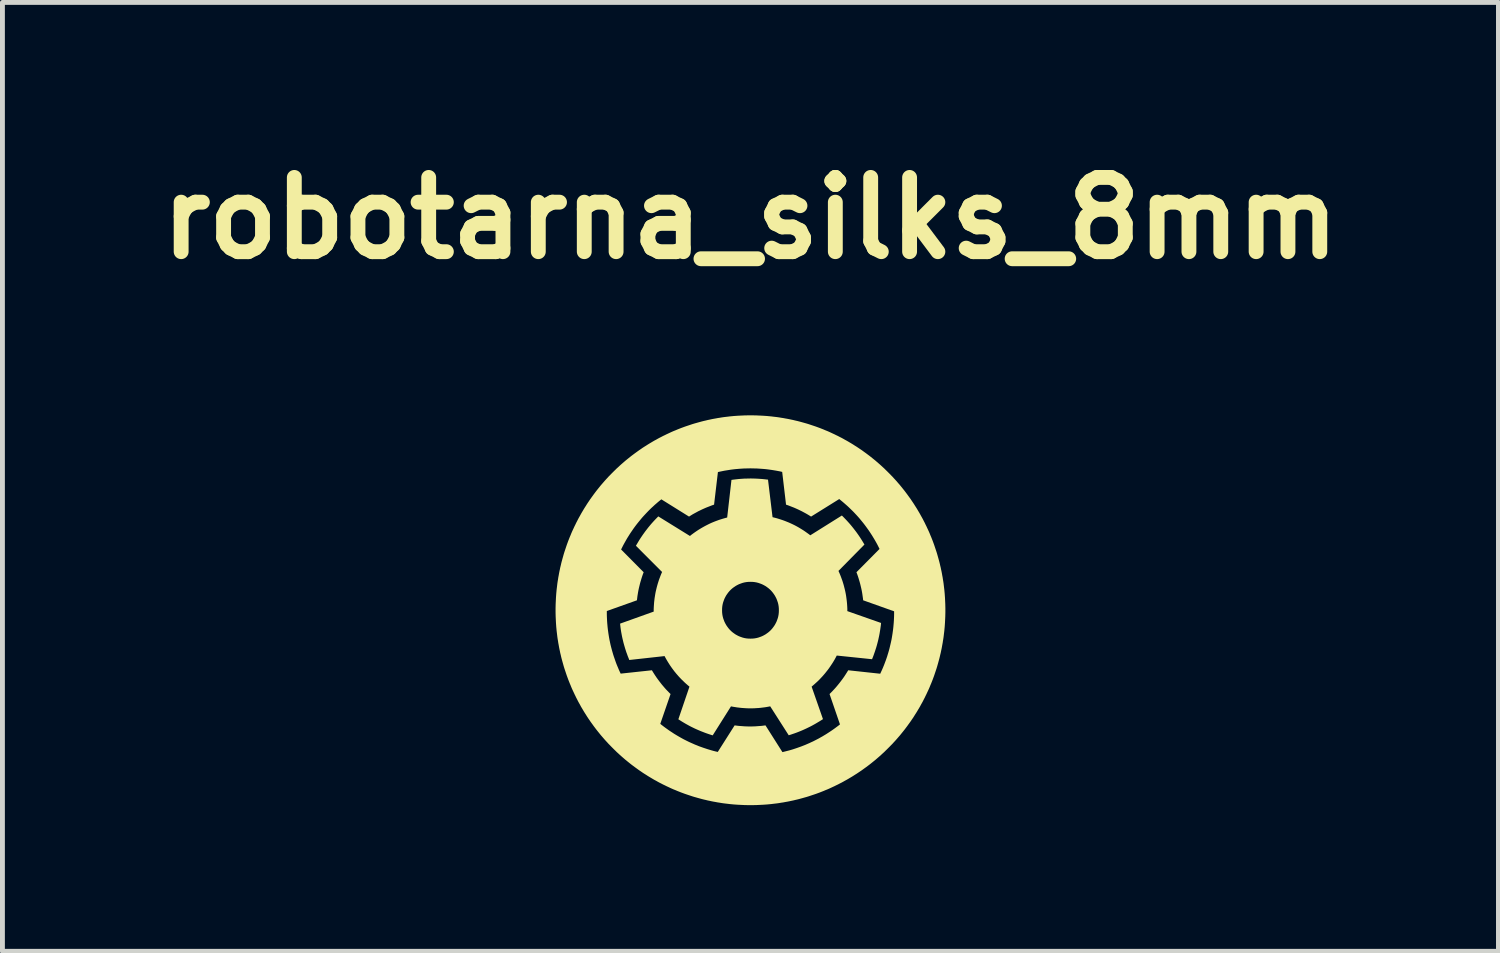
<source format=kicad_pcb>
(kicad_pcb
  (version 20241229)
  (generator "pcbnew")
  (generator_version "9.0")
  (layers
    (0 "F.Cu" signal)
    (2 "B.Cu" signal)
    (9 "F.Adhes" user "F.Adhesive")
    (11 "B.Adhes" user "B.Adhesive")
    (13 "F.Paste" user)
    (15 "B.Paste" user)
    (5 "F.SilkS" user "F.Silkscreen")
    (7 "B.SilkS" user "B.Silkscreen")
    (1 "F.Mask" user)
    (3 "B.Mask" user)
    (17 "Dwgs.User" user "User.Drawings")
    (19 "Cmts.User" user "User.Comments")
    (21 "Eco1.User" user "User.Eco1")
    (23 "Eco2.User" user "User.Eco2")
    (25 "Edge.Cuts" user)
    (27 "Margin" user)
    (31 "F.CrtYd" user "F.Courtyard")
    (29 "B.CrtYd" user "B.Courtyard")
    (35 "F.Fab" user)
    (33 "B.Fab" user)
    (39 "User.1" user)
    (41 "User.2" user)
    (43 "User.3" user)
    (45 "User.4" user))
  (footprint "robotarna_silks_8mm"
    (layer "F.Cu")
    (at 12.352 9.474)
    (property "Reference" "robotarna_silks_8mm" (at 0 -8.048 0) (layer "F.SilkS") (effects (font (size 1.524 1.524) (thickness 0.305))))
    (attr smd)
    (fp_poly (pts (xy -0.000007 0.583) (xy -2.645 0.491) (xy -2.637 0.533) (xy -2.628 0.575) (xy -2.618 0.617) (xy -2.608 0.659) (xy -2.597 0.7) (xy -2.585 0.741) (xy -2.573 0.782) (xy -2.56 0.823) (xy -2.547 0.863) (xy -2.532 0.903) (xy -2.518 0.943) (xy -2.502 0.982) (xy -2.487 1.021) (xy -1.763 0.941) (xy -1.743 0.979) (xy -1.722 1.016) (xy -1.7 1.053) (xy -1.677 1.09) (xy -1.654 1.126) (xy -1.63 1.161) (xy -1.605 1.196) (xy -1.579 1.231) (xy -1.553 1.265) (xy -1.526 1.298) (xy -1.498 1.33) (xy -1.47 1.362) (xy -1.44 1.394) (xy -1.411 1.424) (xy -1.38 1.454) (xy -1.349 1.484) (xy -1.317 1.513) (xy -1.285 1.541) (xy -1.252 1.568) (xy -1.48 2.238) (xy -1.444 2.261) (xy -1.408 2.284) (xy -1.371 2.306) (xy -1.334 2.328) (xy -1.296 2.349) (xy -1.258 2.37) (xy -1.22 2.39) (xy -1.181 2.409) (xy -1.142 2.428) (xy -1.102 2.446) (xy -1.063 2.463) (xy -1.023 2.48) (xy -0.982 2.496) (xy -0.941 2.512) (xy -0.9 2.527) (xy -0.859 2.541) (xy -0.817 2.555) (xy -0.775 2.568) (xy -0.4 1.973) (xy -0.357 1.981) (xy -0.314 1.988) (xy -0.27 1.995) (xy -0.226 2) (xy -0.182 2.005) (xy -0.137 2.008) (xy -0.092 2.011) (xy -0.047 2.013) (xy -0.001 2.013) (xy 0.04 2.013) (xy 0.082 2.012) (xy 0.123 2.009) (xy 0.164 2.007) (xy 0.205 2.003) (xy 0.245 1.998) (xy 0.286 1.993) (xy 0.326 1.987) (xy 0.365 1.98) (xy 0.405 1.972) (xy 0.785 2.566) (xy 0.827 2.553) (xy 0.868 2.539) (xy 0.909 2.525) (xy 0.95 2.51) (xy 0.991 2.494) (xy 1.031 2.478) (xy 1.071 2.461) (xy 1.111 2.443) (xy 1.15 2.425) (xy 1.189 2.406) (xy 1.228 2.387) (xy 1.266 2.367) (xy 1.304 2.346) (xy 1.341 2.325) (xy 1.378 2.303) (xy 1.415 2.281) (xy 1.452 2.258) (xy 1.488 2.235) (xy 1.255 1.568) (xy 1.288 1.54) (xy 1.321 1.511) (xy 1.353 1.482) (xy 1.385 1.452) (xy 1.416 1.422) (xy 1.446 1.39) (xy 1.475 1.359) (xy 1.504 1.326) (xy 1.532 1.293) (xy 1.559 1.259) (xy 1.586 1.225) (xy 1.612 1.19) (xy 1.637 1.154) (xy 1.661 1.118) (xy 1.685 1.082) (xy 1.708 1.044) (xy 1.73 1.007) (xy 1.751 0.968) (xy 1.771 0.93) (xy 2.495 1.005) (xy 2.511 0.966) (xy 2.526 0.927) (xy 2.54 0.887) (xy 2.554 0.847) (xy 2.567 0.807) (xy 2.58 0.767) (xy 2.592 0.726) (xy 2.603 0.685) (xy 2.614 0.643) (xy 2.624 0.602) (xy 2.633 0.56) (xy 2.642 0.518) (xy 2.65 0.476) (xy 2.657 0.433) (xy 2.664 0.391) (xy 2.67 0.348) (xy 2.676 0.305) (xy 2.68 0.261) (xy 1.988 0.018) (xy 1.988 -0.028) (xy 1.986 -0.074) (xy 1.983 -0.12) (xy 1.979 -0.166) (xy 1.974 -0.211) (xy 1.968 -0.256) (xy 1.962 -0.3) (xy 1.954 -0.345) (xy 1.945 -0.389) (xy 1.935 -0.432) (xy 1.924 -0.475) (xy 1.913 -0.518) (xy 1.9 -0.561) (xy 1.887 -0.603) (xy 1.872 -0.644) (xy 1.857 -0.686) (xy 1.841 -0.726) (xy 1.824 -0.767) (xy 1.806 -0.807) (xy 2.339 -1.348) (xy 2.316 -1.387) (xy 2.293 -1.425) (xy 2.269 -1.463) (xy 2.245 -1.5) (xy 2.22 -1.537) (xy 2.194 -1.574) (xy 2.168 -1.61) (xy 2.141 -1.645) (xy 2.114 -1.68) (xy 2.086 -1.715) (xy 2.058 -1.749) (xy 2.029 -1.783) (xy 1.999 -1.816) (xy 1.969 -1.849) (xy 1.938 -1.881) (xy 1.907 -1.913) (xy 1.876 -1.944) (xy 1.228 -1.538) (xy 1.194 -1.564) (xy 1.159 -1.589) (xy 1.124 -1.614) (xy 1.089 -1.638) (xy 1.052 -1.661) (xy 1.016 -1.683) (xy 0.979 -1.705) (xy 0.941 -1.726) (xy 0.903 -1.746) (xy 0.864 -1.765) (xy 0.825 -1.783) (xy 0.785 -1.801) (xy 0.745 -1.817) (xy 0.705 -1.833) (xy 0.664 -1.848) (xy 0.622 -1.862) (xy 0.581 -1.875) (xy 0.539 -1.888) (xy 0.496 -1.899) (xy 0.453 -1.91) (xy 0.36 -2.68) (xy 0.316 -2.685) (xy 0.272 -2.69) (xy 0.228 -2.694) (xy 0.184 -2.697) (xy 0.139 -2.7) (xy 0.095 -2.702) (xy 0.05 -2.703) (xy 0.005 -2.704) (xy -0.04 -2.703) (xy -0.084 -2.702) (xy -0.129 -2.701) (xy -0.173 -2.698) (xy -0.217 -2.695) (xy -0.26 -2.691) (xy -0.304 -2.686) (xy -0.347 -2.681) (xy -0.39 -2.675) (xy -0.478 -1.903) (xy -0.52 -1.892) (xy -0.562 -1.88) (xy -0.604 -1.867) (xy -0.645 -1.854) (xy -0.686 -1.839) (xy -0.726 -1.824) (xy -0.766 -1.808) (xy -0.806 -1.791) (xy -0.845 -1.773) (xy -0.883 -1.754) (xy -0.922 -1.734) (xy -0.959 -1.714) (xy -0.996 -1.693) (xy -1.033 -1.671) (xy -1.069 -1.649) (xy -1.105 -1.625) (xy -1.14 -1.601) (xy -1.175 -1.576) (xy -1.209 -1.551) (xy -1.242 -1.524) (xy -1.892 -1.926) (xy -1.923 -1.894) (xy -1.954 -1.862) (xy -1.985 -1.829) (xy -2.015 -1.796) (xy -2.044 -1.763) (xy -2.073 -1.728) (xy -2.101 -1.694) (xy -2.128 -1.659) (xy -2.156 -1.623) (xy -2.182 -1.587) (xy -2.208 -1.551) (xy -2.233 -1.514) (xy -2.258 -1.477) (xy -2.282 -1.439) (xy -2.305 -1.401) (xy -2.328 -1.362) (xy -2.351 -1.323) (xy -1.814 -0.785) (xy -1.831 -0.746) (xy -1.847 -0.706) (xy -1.862 -0.666) (xy -1.877 -0.626) (xy -1.89 -0.585) (xy -1.903 -0.544) (xy -1.915 -0.502) (xy -1.926 -0.46) (xy -1.936 -0.418) (xy -1.946 -0.375) (xy -1.954 -0.332) (xy -1.961 -0.288) (xy -1.968 -0.245) (xy -1.973 -0.201) (xy -1.978 -0.157) (xy -1.981 -0.112) (xy -1.984 -0.067) (xy -1.986 -0.022) (xy -1.986 0.023) (xy -1.986 0.028) (xy -2.676 0.275) (xy -2.671 0.319) (xy -2.666 0.362) (xy -2.66 0.405) (xy -2.653 0.448) (xy -2.645 0.491) (xy -0.000007 0.583) (xy -0.042 0.582) (xy -0.083 0.578) (xy -0.123 0.571) (xy -0.162 0.561) (xy -0.199 0.548) (xy -0.236 0.534) (xy -0.272 0.516) (xy -0.306 0.497) (xy -0.338 0.475) (xy -0.369 0.452) (xy -0.399 0.426) (xy -0.426 0.399) (xy -0.452 0.369) (xy -0.475 0.338) (xy -0.497 0.306) (xy -0.516 0.272) (xy -0.534 0.236) (xy -0.548 0.199) (xy -0.561 0.162) (xy -0.571 0.123) (xy -0.578 0.083) (xy -0.582 0.042) (xy -0.583 0.000013) (xy -0.582 -0.042) (xy -0.578 -0.083) (xy -0.571 -0.123) (xy -0.561 -0.162) (xy -0.548 -0.199) (xy -0.534 -0.236) (xy -0.516 -0.272) (xy -0.497 -0.306) (xy -0.475 -0.338) (xy -0.452 -0.369) (xy -0.426 -0.399) (xy -0.399 -0.426) (xy -0.369 -0.452) (xy -0.338 -0.475) (xy -0.306 -0.497) (xy -0.272 -0.516) (xy -0.236 -0.534) (xy -0.199 -0.548) (xy -0.162 -0.561) (xy -0.123 -0.571) (xy -0.083 -0.578) (xy -0.042 -0.582) (xy -0.000007 -0.583) (xy 0.042 -0.582) (xy 0.083 -0.578) (xy 0.123 -0.571) (xy 0.162 -0.561) (xy 0.199 -0.548) (xy 0.236 -0.534) (xy 0.272 -0.516) (xy 0.306 -0.497) (xy 0.338 -0.475) (xy 0.369 -0.452) (xy 0.399 -0.426) (xy 0.426 -0.399) (xy 0.452 -0.369) (xy 0.475 -0.338) (xy 0.497 -0.306) (xy 0.516 -0.272) (xy 0.534 -0.236) (xy 0.548 -0.199) (xy 0.561 -0.162) (xy 0.571 -0.123) (xy 0.578 -0.083) (xy 0.582 -0.042) (xy 0.583 0.000013) (xy 0.582 0.042) (xy 0.578 0.083) (xy 0.571 0.123) (xy 0.561 0.162) (xy 0.548 0.199) (xy 0.534 0.236) (xy 0.516 0.272) (xy 0.497 0.306) (xy 0.475 0.338) (xy 0.452 0.369) (xy 0.426 0.399) (xy 0.399 0.426) (xy 0.369 0.452) (xy 0.338 0.475) (xy 0.306 0.497) (xy 0.272 0.516) (xy 0.236 0.534) (xy 0.199 0.548) (xy 0.162 0.561) (xy 0.123 0.571) (xy 0.083 0.578) (xy 0.042 0.582) (xy -0.000007 0.583)) (stroke (width 0) (type solid)) (fill yes) (layer "F.SilkS"))
    (fp_poly (pts (xy 2.663 1.303) (xy 0.591 3.957) (xy 0.632 3.95) (xy 0.673 3.944) (xy 0.714 3.936) (xy 0.755 3.929) (xy 0.796 3.921) (xy 0.837 3.912) (xy 0.877 3.904) (xy 0.917 3.894) (xy 0.957 3.885) (xy 0.997 3.875) (xy 1.037 3.864) (xy 1.077 3.853) (xy 1.116 3.842) (xy 1.155 3.831) (xy 1.194 3.819) (xy 1.233 3.806) (xy 1.272 3.793) (xy 1.311 3.78) (xy 1.349 3.767) (xy 1.387 3.753) (xy 1.425 3.739) (xy 1.463 3.724) (xy 1.501 3.709) (xy 1.538 3.693) (xy 1.576 3.678) (xy 1.613 3.662) (xy 1.65 3.645) (xy 1.686 3.628) (xy 1.723 3.611) (xy 1.759 3.593) (xy 1.795 3.576) (xy 1.831 3.557) (xy 1.867 3.539) (xy 1.902 3.52) (xy 1.937 3.5) (xy 1.972 3.481) (xy 2.007 3.461) (xy 2.042 3.44) (xy 2.076 3.42) (xy 2.11 3.399) (xy 2.144 3.377) (xy 2.178 3.356) (xy 2.211 3.334) (xy 2.245 3.311) (xy 2.278 3.289) (xy 2.31 3.266) (xy 2.343 3.242) (xy 2.375 3.219) (xy 2.407 3.195) (xy 2.439 3.171) (xy 2.471 3.146) (xy 2.502 3.121) (xy 2.533 3.096) (xy 2.564 3.071) (xy 2.594 3.045) (xy 2.624 3.019) (xy 2.654 2.993) (xy 2.684 2.966) (xy 2.713 2.939) (xy 2.743 2.912) (xy 2.771 2.884) (xy 2.8 2.856) (xy 2.828 2.828) (xy 2.856 2.8) (xy 2.884 2.771) (xy 2.912 2.743) (xy 2.939 2.713) (xy 2.966 2.684) (xy 2.993 2.654) (xy 3.019 2.624) (xy 3.045 2.594) (xy 3.071 2.564) (xy 3.096 2.533) (xy 3.121 2.502) (xy 3.146 2.471) (xy 3.171 2.439) (xy 3.195 2.407) (xy 3.219 2.375) (xy 3.242 2.343) (xy 3.266 2.31) (xy 3.289 2.278) (xy 3.311 2.245) (xy 3.334 2.212) (xy 3.356 2.178) (xy 3.377 2.144) (xy 3.399 2.11) (xy 3.42 2.076) (xy 3.44 2.042) (xy 3.461 2.007) (xy 3.481 1.973) (xy 3.5 1.937) (xy 3.52 1.902) (xy 3.539 1.867) (xy 3.557 1.831) (xy 3.576 1.795) (xy 3.593 1.759) (xy 3.611 1.723) (xy 3.628 1.686) (xy 3.645 1.65) (xy 3.662 1.613) (xy 3.678 1.576) (xy 3.693 1.538) (xy 3.709 1.501) (xy 3.724 1.463) (xy 3.739 1.425) (xy 3.753 1.387) (xy 3.767 1.349) (xy 3.78 1.311) (xy 3.793 1.272) (xy 3.806 1.233) (xy 3.819 1.194) (xy 3.831 1.155) (xy 3.842 1.116) (xy 3.853 1.077) (xy 3.864 1.037) (xy 3.875 0.997) (xy 3.885 0.957) (xy 3.894 0.917) (xy 3.904 0.877) (xy 3.912 0.837) (xy 3.921 0.796) (xy 3.929 0.755) (xy 3.936 0.714) (xy 3.944 0.673) (xy 3.95 0.632) (xy 3.957 0.591) (xy 3.963 0.55) (xy 3.968 0.508) (xy 3.973 0.466) (xy 3.978 0.425) (xy 3.982 0.383) (xy 3.986 0.341) (xy 3.989 0.299) (xy 3.992 0.256) (xy 3.994 0.214) (xy 3.996 0.171) (xy 3.998 0.129) (xy 3.999 0.086) (xy 4 0.043) (xy 4 0.000011) (xy 4 -0.043) (xy 3.999 -0.086) (xy 3.998 -0.129) (xy 3.996 -0.171) (xy 3.994 -0.214) (xy 3.992 -0.256) (xy 3.989 -0.299) (xy 3.986 -0.341) (xy 3.982 -0.383) (xy 3.978 -0.425) (xy 3.973 -0.466) (xy 3.968 -0.508) (xy 3.963 -0.55) (xy 3.957 -0.591) (xy 3.95 -0.632) (xy 3.944 -0.673) (xy 3.936 -0.714) (xy 3.929 -0.755) (xy 3.921 -0.796) (xy 3.912 -0.837) (xy 3.904 -0.877) (xy 3.894 -0.917) (xy 3.885 -0.957) (xy 3.875 -0.997) (xy 3.864 -1.037) (xy 3.853 -1.077) (xy 3.842 -1.116) (xy 3.831 -1.155) (xy 3.819 -1.194) (xy 3.806 -1.233) (xy 3.793 -1.272) (xy 3.78 -1.311) (xy 3.767 -1.349) (xy 3.753 -1.387) (xy 3.739 -1.425) (xy 3.724 -1.463) (xy 3.709 -1.501) (xy 3.693 -1.538) (xy 3.678 -1.576) (xy 3.662 -1.613) (xy 3.645 -1.65) (xy 3.628 -1.686) (xy 3.611 -1.723) (xy 3.593 -1.759) (xy 3.576 -1.795) (xy 3.557 -1.831) (xy 3.539 -1.867) (xy 3.52 -1.902) (xy 3.5 -1.937) (xy 3.481 -1.972) (xy 3.461 -2.007) (xy 3.44 -2.042) (xy 3.42 -2.076) (xy 3.399 -2.11) (xy 3.377 -2.144) (xy 3.356 -2.178) (xy 3.334 -2.211) (xy 3.311 -2.245) (xy 3.289 -2.278) (xy 3.266 -2.31) (xy 3.242 -2.343) (xy 3.219 -2.375) (xy 3.195 -2.407) (xy 3.171 -2.439) (xy 3.146 -2.471) (xy 3.121 -2.502) (xy 3.096 -2.533) (xy 3.071 -2.564) (xy 3.045 -2.594) (xy 3.019 -2.624) (xy 2.993 -2.654) (xy 2.966 -2.684) (xy 2.939 -2.713) (xy 2.912 -2.743) (xy 2.884 -2.771) (xy 2.856 -2.8) (xy 2.828 -2.828) (xy 2.8 -2.856) (xy 2.771 -2.884) (xy 2.743 -2.912) (xy 2.713 -2.939) (xy 2.684 -2.966) (xy 2.654 -2.993) (xy 2.624 -3.019) (xy 2.594 -3.045) (xy 2.564 -3.071) (xy 2.533 -3.096) (xy 2.502 -3.121) (xy 2.471 -3.146) (xy 2.439 -3.171) (xy 2.407 -3.195) (xy 2.375 -3.219) (xy 2.343 -3.242) (xy 2.31 -3.266) (xy 2.278 -3.289) (xy 2.245 -3.311) (xy 2.211 -3.334) (xy 2.178 -3.356) (xy 2.144 -3.377) (xy 2.11 -3.399) (xy 2.076 -3.42) (xy 2.042 -3.44) (xy 2.007 -3.461) (xy 1.972 -3.481) (xy 1.937 -3.5) (xy 1.902 -3.52) (xy 1.867 -3.539) (xy 1.831 -3.557) (xy 1.795 -3.576) (xy 1.759 -3.593) (xy 1.723 -3.611) (xy 1.686 -3.628) (xy 1.65 -3.645) (xy 1.613 -3.662) (xy 1.576 -3.678) (xy 1.538 -3.693) (xy 1.501 -3.709) (xy 1.463 -3.724) (xy 1.425 -3.739) (xy 1.387 -3.753) (xy 1.349 -3.767) (xy 1.311 -3.78) (xy 1.272 -3.793) (xy 1.233 -3.806) (xy 1.194 -3.819) (xy 1.155 -3.831) (xy 1.116 -3.842) (xy 1.077 -3.853) (xy 1.037 -3.864) (xy 0.997 -3.875) (xy 0.957 -3.885) (xy 0.917 -3.894) (xy 0.877 -3.904) (xy 0.837 -3.912) (xy 0.796 -3.921) (xy 0.755 -3.929) (xy 0.714 -3.936) (xy 0.673 -3.944) (xy 0.632 -3.95) (xy 0.591 -3.957) (xy 0.55 -3.963) (xy 0.508 -3.968) (xy 0.466 -3.973) (xy 0.425 -3.978) (xy 0.383 -3.982) (xy 0.341 -3.986) (xy 0.299 -3.989) (xy 0.256 -3.992) (xy 0.214 -3.994) (xy 0.171 -3.996) (xy 0.129 -3.998) (xy 0.086 -3.999) (xy 0.043 -4) (xy -0.000011 -4) (xy -0.043 -4) (xy -0.086 -3.999) (xy -0.129 -3.998) (xy -0.171 -3.996) (xy -0.214 -3.994) (xy -0.256 -3.992) (xy -0.299 -3.989) (xy -0.341 -3.986) (xy -0.383 -3.982) (xy -0.425 -3.978) (xy -0.466 -3.973) (xy -0.508 -3.968) (xy -0.55 -3.963) (xy -0.591 -3.957) (xy -0.632 -3.95) (xy -0.673 -3.944) (xy -0.714 -3.936) (xy -0.755 -3.929) (xy -0.796 -3.921) (xy -0.837 -3.912) (xy -0.877 -3.904) (xy -0.917 -3.894) (xy -0.957 -3.885) (xy -0.997 -3.875) (xy -1.037 -3.864) (xy -1.077 -3.853) (xy -1.116 -3.842) (xy -1.155 -3.831) (xy -1.194 -3.819) (xy -1.233 -3.806) (xy -1.272 -3.793) (xy -1.311 -3.78) (xy -1.349 -3.767) (xy -1.387 -3.753) (xy -1.425 -3.739) (xy -1.463 -3.724) (xy -1.501 -3.709) (xy -1.538 -3.693) (xy -1.576 -3.678) (xy -1.613 -3.662) (xy -1.65 -3.645) (xy -1.686 -3.628) (xy -1.723 -3.611) (xy -1.759 -3.593) (xy -1.795 -3.576) (xy -1.831 -3.557) (xy -1.867 -3.539) (xy -1.902 -3.52) (xy -1.937 -3.5) (xy -1.973 -3.481) (xy -2.007 -3.461) (xy -2.042 -3.44) (xy -2.076 -3.42) (xy -2.11 -3.399) (xy -2.144 -3.377) (xy -2.178 -3.356) (xy -2.212 -3.334) (xy -2.245 -3.311) (xy -2.278 -3.289) (xy -2.31 -3.266) (xy -2.343 -3.242) (xy -2.375 -3.219) (xy -2.407 -3.195) (xy -2.439 -3.171) (xy -2.471 -3.146) (xy -2.502 -3.121) (xy -2.533 -3.096) (xy -2.564 -3.071) (xy -2.594 -3.045) (xy -2.624 -3.019) (xy -2.654 -2.993) (xy -2.684 -2.966) (xy -2.713 -2.939) (xy -2.743 -2.912) (xy -2.771 -2.884) (xy -2.8 -2.856) (xy -2.828 -2.828) (xy -2.856 -2.8) (xy -2.884 -2.771) (xy -2.912 -2.743) (xy -2.939 -2.713) (xy -2.966 -2.684) (xy -2.993 -2.654) (xy -3.019 -2.624) (xy -3.045 -2.594) (xy -3.071 -2.564) (xy -3.096 -2.533) (xy -3.121 -2.502) (xy -3.146 -2.471) (xy -3.171 -2.439) (xy -3.195 -2.407) (xy -3.219 -2.375) (xy -3.242 -2.343) (xy -3.266 -2.31) (xy -3.289 -2.278) (xy -3.311 -2.245) (xy -3.334 -2.211) (xy -3.356 -2.178) (xy -3.377 -2.144) (xy -3.399 -2.11) (xy -3.42 -2.076) (xy -3.44 -2.042) (xy -3.461 -2.007) (xy -3.481 -1.972) (xy -3.5 -1.937) (xy -3.52 -1.902) (xy -3.539 -1.867) (xy -3.557 -1.831) (xy -3.576 -1.795) (xy -3.593 -1.759) (xy -3.611 -1.723) (xy -3.628 -1.686) (xy -3.645 -1.65) (xy -3.662 -1.613) (xy -3.678 -1.576) (xy -3.693 -1.538) (xy -3.709 -1.501) (xy -3.724 -1.463) (xy -3.739 -1.425) (xy -3.753 -1.387) (xy -3.767 -1.349) (xy -3.78 -1.311) (xy -3.793 -1.272) (xy -3.806 -1.233) (xy -3.819 -1.194) (xy -3.831 -1.155) (xy -3.842 -1.116) (xy -3.853 -1.077) (xy -3.864 -1.037) (xy -3.875 -0.997) (xy -3.885 -0.957) (xy -3.894 -0.917) (xy -3.904 -0.877) (xy -3.912 -0.837) (xy -3.921 -0.796) (xy -3.929 -0.755) (xy -3.936 -0.714) (xy -3.944 -0.673) (xy -3.95 -0.632) (xy -3.957 -0.591) (xy -3.963 -0.55) (xy -3.968 -0.508) (xy -3.973 -0.466) (xy -3.978 -0.425) (xy -3.982 -0.383) (xy -3.986 -0.341) (xy -3.989 -0.299) (xy -3.992 -0.256) (xy -3.994 -0.214) (xy -3.996 -0.171) (xy -3.998 -0.129) (xy -3.999 -0.086) (xy -4 -0.043) (xy -4 0.000011) (xy -4 0.043) (xy -3.999 0.086) (xy -3.998 0.129) (xy -3.996 0.171) (xy -3.994 0.214) (xy -3.992 0.256) (xy -3.989 0.299) (xy -3.986 0.341) (xy -3.982 0.383) (xy -3.978 0.425) (xy -3.973 0.466) (xy -3.968 0.508) (xy -3.963 0.55) (xy -3.957 0.591) (xy -3.95 0.632) (xy -3.944 0.673) (xy -3.936 0.714) (xy -3.929 0.755) (xy -3.921 0.796) (xy -3.912 0.837) (xy -3.904 0.877) (xy -3.894 0.917) (xy -3.885 0.957) (xy -3.875 0.997) (xy -3.864 1.037) (xy -3.853 1.077) (xy -3.842 1.116) (xy -3.831 1.155) (xy -3.819 1.194) (xy -3.806 1.233) (xy -3.793 1.272) (xy -3.78 1.311) (xy -3.767 1.349) (xy -3.753 1.387) (xy -3.739 1.425) (xy -3.724 1.463) (xy -3.709 1.501) (xy -3.693 1.538) (xy -3.678 1.576) (xy -3.662 1.613) (xy -3.645 1.65) (xy -3.628 1.686) (xy -3.611 1.723) (xy -3.593 1.759) (xy -3.576 1.795) (xy -3.557 1.831) (xy -3.539 1.867) (xy -3.52 1.902) (xy -3.5 1.937) (xy -3.481 1.973) (xy -3.461 2.007) (xy -3.44 2.042) (xy -3.42 2.076) (xy -3.399 2.11) (xy -3.377 2.144) (xy -3.356 2.178) (xy -3.334 2.212) (xy -3.311 2.245) (xy -3.289 2.278) (xy -3.266 2.31) (xy -3.242 2.343) (xy -3.219 2.375) (xy -3.195 2.407) (xy -3.171 2.439) (xy -3.146 2.471) (xy -3.121 2.502) (xy -3.096 2.533) (xy -3.071 2.564) (xy -3.045 2.594) (xy -3.019 2.624) (xy -2.993 2.654) (xy -2.966 2.684) (xy -2.939 2.713) (xy -2.912 2.743) (xy -2.884 2.771) (xy -2.856 2.8) (xy -2.828 2.828) (xy -2.8 2.856) (xy -2.771 2.884) (xy -2.743 2.912) (xy -2.713 2.939) (xy -2.684 2.966) (xy -2.654 2.993) (xy -2.624 3.019) (xy -2.594 3.045) (xy -2.564 3.071) (xy -2.533 3.096) (xy -2.502 3.121) (xy -2.471 3.146) (xy -2.439 3.171) (xy -2.407 3.195) (xy -2.375 3.219) (xy -2.343 3.242) (xy -2.31 3.266) (xy -2.278 3.289) (xy -2.245 3.311) (xy -2.212 3.334) (xy -2.178 3.356) (xy -2.144 3.377) (xy -2.11 3.399) (xy -2.076 3.42) (xy -2.042 3.44) (xy -2.007 3.461) (xy -1.973 3.481) (xy -1.937 3.5) (xy -1.902 3.52) (xy -1.867 3.539) (xy -1.831 3.557) (xy -1.795 3.576) (xy -1.759 3.593) (xy -1.723 3.611) (xy -1.686 3.628) (xy -1.65 3.645) (xy -1.613 3.662) (xy -1.576 3.678) (xy -1.538 3.693) (xy -1.501 3.709) (xy -1.463 3.724) (xy -1.425 3.739) (xy -1.387 3.753) (xy -1.349 3.767) (xy -1.311 3.78) (xy -1.272 3.793) (xy -1.233 3.806) (xy -1.194 3.819) (xy -1.155 3.831) (xy -1.116 3.842) (xy -1.077 3.853) (xy -1.037 3.864) (xy -0.997 3.875) (xy -0.957 3.885) (xy -0.917 3.894) (xy -0.877 3.904) (xy -0.837 3.912) (xy -0.796 3.921) (xy -0.755 3.929) (xy -0.714 3.936) (xy -0.673 3.944) (xy -0.632 3.95) (xy -0.591 3.957) (xy -0.55 3.963) (xy -0.508 3.968) (xy -0.466 3.973) (xy -0.425 3.978) (xy -0.383 3.982) (xy -0.341 3.986) (xy -0.299 3.989) (xy -0.256 3.992) (xy -0.214 3.994) (xy -0.171 3.996) (xy -0.129 3.998) (xy -0.086 3.999) (xy -0.043 4) (xy -0.000011 4) (xy 0.043 4) (xy 0.086 3.999) (xy 0.129 3.998) (xy 0.171 3.996) (xy 0.214 3.994) (xy 0.256 3.992) (xy 0.299 3.989) (xy 0.341 3.986) (xy 0.383 3.982) (xy 0.425 3.978) (xy 0.466 3.973) (xy 0.508 3.968) (xy 0.55 3.963) (xy 0.591 3.957) (xy 2.663 1.303) (xy 2.006 1.232) (xy 1.983 1.27) (xy 1.959 1.308) (xy 1.935 1.345) (xy 1.91 1.382) (xy 1.884 1.418) (xy 1.857 1.454) (xy 1.83 1.489) (xy 1.802 1.524) (xy 1.774 1.558) (xy 1.745 1.592) (xy 1.715 1.625) (xy 1.685 1.657) (xy 1.654 1.689) (xy 1.623 1.72) (xy 1.837 2.343) (xy 1.803 2.37) (xy 1.768 2.396) (xy 1.733 2.422) (xy 1.698 2.447) (xy 1.662 2.472) (xy 1.626 2.496) (xy 1.589 2.52) (xy 1.552 2.544) (xy 1.515 2.566) (xy 1.477 2.589) (xy 1.439 2.61) (xy 1.401 2.632) (xy 1.362 2.652) (xy 1.323 2.672) (xy 1.284 2.692) (xy 1.244 2.71) (xy 1.204 2.729) (xy 1.164 2.746) (xy 1.123 2.764) (xy 1.082 2.78) (xy 1.041 2.796) (xy 0.999 2.811) (xy 0.957 2.826) (xy 0.915 2.84) (xy 0.873 2.854) (xy 0.83 2.867) (xy 0.787 2.879) (xy 0.744 2.89) (xy 0.7 2.901) (xy 0.656 2.912) (xy 0.308 2.363) (xy 0.269 2.368) (xy 0.23 2.373) (xy 0.191 2.376) (xy 0.151 2.379) (xy 0.112 2.382) (xy 0.072 2.384) (xy 0.032 2.385) (xy -0.009 2.385) (xy -0.049 2.385) (xy -0.089 2.384) (xy -0.129 2.382) (xy -0.168 2.379) (xy -0.208 2.376) (xy -0.247 2.373) (xy -0.287 2.368) (xy -0.325 2.363) (xy -0.671 2.908) (xy -0.715 2.898) (xy -0.759 2.887) (xy -0.802 2.875) (xy -0.845 2.862) (xy -0.888 2.849) (xy -0.93 2.835) (xy -0.972 2.821) (xy -1.014 2.806) (xy -1.056 2.791) (xy -1.097 2.774) (xy -1.138 2.758) (xy -1.178 2.74) (xy -1.219 2.722) (xy -1.259 2.704) (xy -1.298 2.685) (xy -1.338 2.665) (xy -1.377 2.645) (xy -1.415 2.624) (xy -1.454 2.602) (xy -1.492 2.58) (xy -1.529 2.558) (xy -1.567 2.535) (xy -1.603 2.511) (xy -1.64 2.487) (xy -1.676 2.463) (xy -1.712 2.437) (xy -1.747 2.412) (xy -1.782 2.386) (xy -1.817 2.359) (xy -1.851 2.332) (xy -1.64 1.72) (xy -1.671 1.689) (xy -1.702 1.657) (xy -1.733 1.625) (xy -1.762 1.592) (xy -1.791 1.558) (xy -1.82 1.524) (xy -1.847 1.489) (xy -1.874 1.454) (xy -1.901 1.418) (xy -1.927 1.382) (xy -1.952 1.345) (xy -1.976 1.308) (xy -2 1.27) (xy -2.023 1.232) (xy -2.664 1.301) (xy -2.682 1.263) (xy -2.7 1.224) (xy -2.716 1.185) (xy -2.733 1.145) (xy -2.749 1.106) (xy -2.764 1.066) (xy -2.778 1.026) (xy -2.792 0.985) (xy -2.806 0.945) (xy -2.819 0.904) (xy -2.831 0.862) (xy -2.843 0.821) (xy -2.854 0.779) (xy -2.865 0.737) (xy -2.875 0.695) (xy -2.884 0.652) (xy -2.893 0.61) (xy -2.901 0.567) (xy -2.908 0.524) (xy -2.915 0.48) (xy -2.921 0.437) (xy -2.927 0.393) (xy -2.932 0.349) (xy -2.936 0.305) (xy -2.94 0.261) (xy -2.943 0.216) (xy -2.945 0.172) (xy -2.947 0.127) (xy -2.948 0.082) (xy -2.948 0.037) (xy -2.948 0.016) (xy -2.33 -0.204) (xy -2.325 -0.247) (xy -2.32 -0.289) (xy -2.313 -0.332) (xy -2.306 -0.374) (xy -2.298 -0.416) (xy -2.289 -0.457) (xy -2.279 -0.499) (xy -2.269 -0.54) (xy -2.258 -0.581) (xy -2.246 -0.621) (xy -2.234 -0.661) (xy -2.221 -0.701) (xy -2.207 -0.741) (xy -2.192 -0.78) (xy -2.655 -1.247) (xy -2.635 -1.287) (xy -2.615 -1.327) (xy -2.594 -1.366) (xy -2.572 -1.405) (xy -2.55 -1.444) (xy -2.528 -1.482) (xy -2.504 -1.52) (xy -2.481 -1.557) (xy -2.456 -1.595) (xy -2.431 -1.631) (xy -2.406 -1.668) (xy -2.38 -1.704) (xy -2.354 -1.739) (xy -2.327 -1.774) (xy -2.299 -1.809) (xy -2.271 -1.843) (xy -2.243 -1.877) (xy -2.214 -1.911) (xy -2.184 -1.944) (xy -2.154 -1.976) (xy -2.124 -2.008) (xy -2.093 -2.04) (xy -2.062 -2.071) (xy -2.03 -2.102) (xy -1.997 -2.132) (xy -1.965 -2.162) (xy -1.931 -2.191) (xy -1.898 -2.22) (xy -1.864 -2.248) (xy -1.829 -2.276) (xy -1.261 -1.922) (xy -1.224 -1.945) (xy -1.187 -1.968) (xy -1.149 -1.989) (xy -1.11 -2.01) (xy -1.072 -2.031) (xy -1.032 -2.05) (xy -0.993 -2.069) (xy -0.953 -2.087) (xy -0.912 -2.105) (xy -0.871 -2.121) (xy -0.83 -2.137) (xy -0.789 -2.153) (xy -0.747 -2.167) (xy -0.668 -2.836) (xy -0.625 -2.845) (xy -0.582 -2.854) (xy -0.538 -2.863) (xy -0.495 -2.87) (xy -0.451 -2.877) (xy -0.407 -2.884) (xy -0.362 -2.89) (xy -0.318 -2.895) (xy -0.273 -2.899) (xy -0.228 -2.903) (xy -0.183 -2.906) (xy -0.137 -2.909) (xy -0.092 -2.91) (xy -0.046 -2.911) (xy -0.000011 -2.912) (xy 0.045 -2.911) (xy 0.089 -2.91) (xy 0.133 -2.909) (xy 0.178 -2.906) (xy 0.222 -2.903) (xy 0.265 -2.9) (xy 0.309 -2.896) (xy 0.352 -2.891) (xy 0.396 -2.885) (xy 0.439 -2.879) (xy 0.482 -2.872) (xy 0.524 -2.865) (xy 0.567 -2.857) (xy 0.609 -2.849) (xy 0.651 -2.839) (xy 0.73 -2.167) (xy 0.772 -2.153) (xy 0.813 -2.137) (xy 0.854 -2.121) (xy 0.895 -2.105) (xy 0.936 -2.087) (xy 0.976 -2.069) (xy 1.015 -2.05) (xy 1.054 -2.031) (xy 1.093 -2.01) (xy 1.132 -1.989) (xy 1.169 -1.968) (xy 1.207 -1.945) (xy 1.244 -1.922) (xy 1.822 -2.282) (xy 1.856 -2.254) (xy 1.89 -2.226) (xy 1.924 -2.197) (xy 1.957 -2.168) (xy 1.99 -2.139) (xy 2.022 -2.109) (xy 2.054 -2.078) (xy 2.086 -2.047) (xy 2.117 -2.016) (xy 2.147 -1.984) (xy 2.177 -1.952) (xy 2.207 -1.919) (xy 2.236 -1.886) (xy 2.264 -1.852) (xy 2.292 -1.818) (xy 2.32 -1.783) (xy 2.347 -1.748) (xy 2.373 -1.713) (xy 2.399 -1.677) (xy 2.425 -1.641) (xy 2.45 -1.604) (xy 2.474 -1.567) (xy 2.498 -1.53) (xy 2.521 -1.492) (xy 2.544 -1.454) (xy 2.566 -1.416) (xy 2.588 -1.377) (xy 2.609 -1.338) (xy 2.629 -1.298) (xy 2.649 -1.258) (xy 2.175 -0.78) (xy 2.19 -0.741) (xy 2.204 -0.701) (xy 2.217 -0.661) (xy 2.229 -0.621) (xy 2.241 -0.581) (xy 2.252 -0.54) (xy 2.262 -0.499) (xy 2.272 -0.457) (xy 2.281 -0.416) (xy 2.289 -0.374) (xy 2.296 -0.332) (xy 2.302 -0.289) (xy 2.308 -0.247) (xy 2.313 -0.204) (xy 2.948 0.022) (xy 2.948 0.037) (xy 2.948 0.082) (xy 2.947 0.127) (xy 2.945 0.172) (xy 2.943 0.217) (xy 2.94 0.261) (xy 2.936 0.306) (xy 2.932 0.35) (xy 2.927 0.394) (xy 2.921 0.438) (xy 2.915 0.481) (xy 2.908 0.525) (xy 2.901 0.568) (xy 2.893 0.611) (xy 2.884 0.653) (xy 2.874 0.696) (xy 2.864 0.738) (xy 2.854 0.78) (xy 2.843 0.822) (xy 2.831 0.863) (xy 2.818 0.905) (xy 2.806 0.946) (xy 2.792 0.987) (xy 2.778 1.027) (xy 2.763 1.067) (xy 2.748 1.107) (xy 2.732 1.147) (xy 2.716 1.186) (xy 2.699 1.225) (xy 2.681 1.264) (xy 2.663 1.303)) (stroke (width 0) (type solid)) (fill yes) (layer "F.SilkS")))
  (gr_rect
    (start -3 -3)
    (end 27.703 16.474)
    (stroke (width 0.1) (type default))
    (fill no)
    (layer "Edge.Cuts")))
</source>
